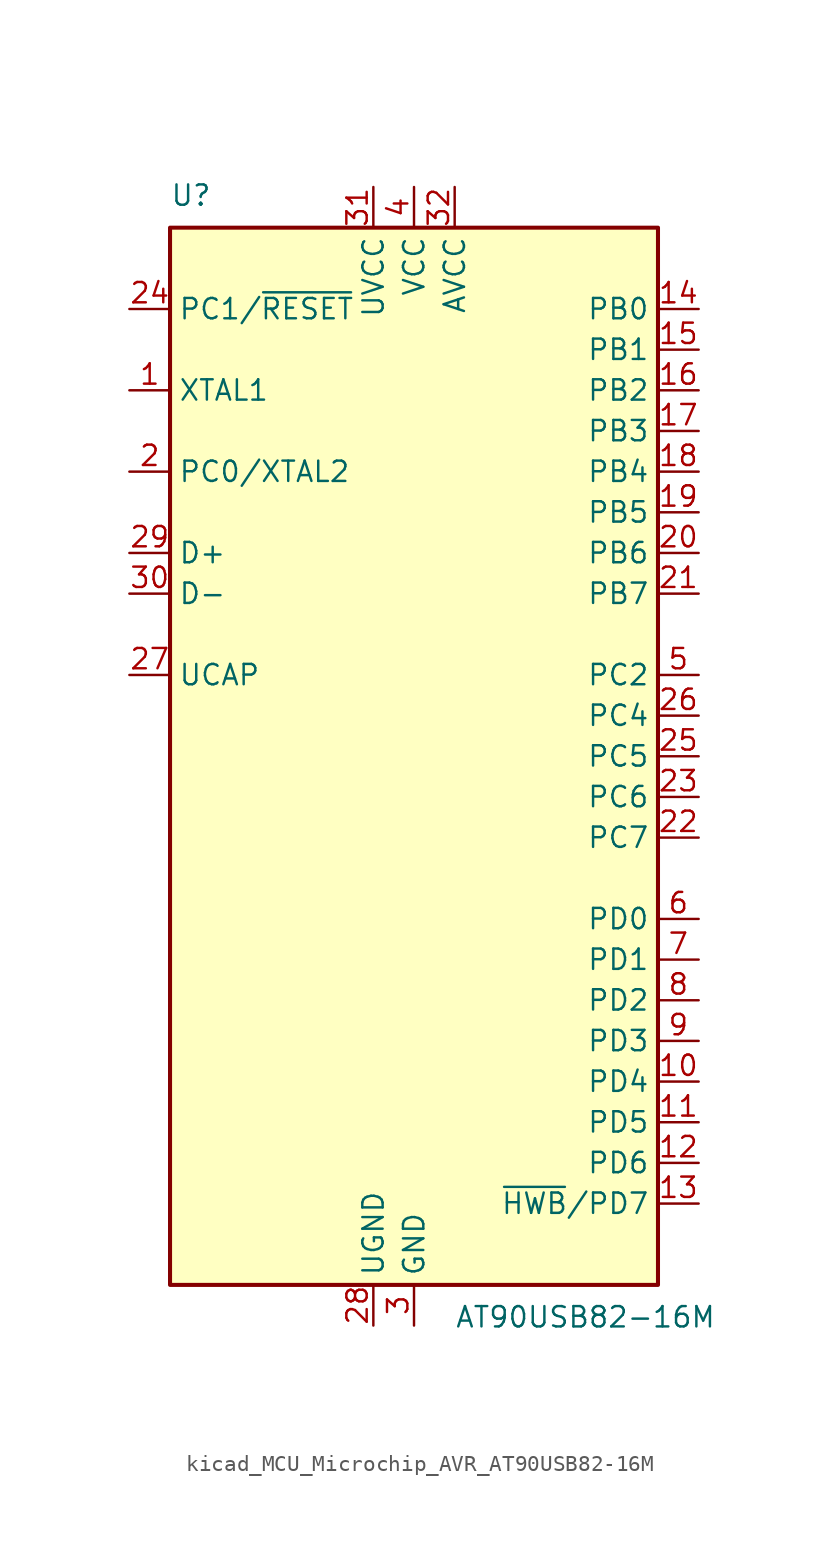
<source format=kicad_sym>
(kicad_symbol_lib
  (version 20220914)
  (generator kicad_symbol_editor)
  (symbol "kicad_MCU_Microchip_AVR_AT90USB82-16M"
    (property "Reference" "U"
      (at -15.24 34.29 0)
      (effects (font (size 1.27 1.27)) (justify left bottom)))
    (property "Value" "AT90USB82-16M"
      (at 2.54 -34.29 0)
      (effects (font (size 1.27 1.27)) (justify left top)))
    (symbol "kicad_MCU_Microchip_AVR_AT90USB82-16M_0_1"
      (rectangle (start -15.24 -33.02) (end 15.24 33.02) (stroke (width 0.254) (type default)) (fill (type background))))
    (symbol "kicad_MCU_Microchip_AVR_AT90USB82-16M_1_1"
      (pin input line (at -17.78 22.86 0) (length 2.54) (name "XTAL1" (effects (font (size 1.27 1.27)))) (number "1" (effects (font (size 1.27 1.27)))))
      (pin bidirectional line (at 17.78 -20.32 180) (length 2.54) (name "PD4" (effects (font (size 1.27 1.27)))) (number "10" (effects (font (size 1.27 1.27)))))
      (pin bidirectional line (at 17.78 -22.86 180) (length 2.54) (name "PD5" (effects (font (size 1.27 1.27)))) (number "11" (effects (font (size 1.27 1.27)))))
      (pin bidirectional line (at 17.78 -25.4 180) (length 2.54) (name "PD6" (effects (font (size 1.27 1.27)))) (number "12" (effects (font (size 1.27 1.27)))))
      (pin bidirectional line (at 17.78 -27.94 180) (length 2.54) (name "~{HWB}/PD7" (effects (font (size 1.27 1.27)))) (number "13" (effects (font (size 1.27 1.27)))))
      (pin bidirectional line (at 17.78 27.94 180) (length 2.54) (name "PB0" (effects (font (size 1.27 1.27)))) (number "14" (effects (font (size 1.27 1.27)))))
      (pin bidirectional line (at 17.78 25.4 180) (length 2.54) (name "PB1" (effects (font (size 1.27 1.27)))) (number "15" (effects (font (size 1.27 1.27)))))
      (pin bidirectional line (at 17.78 22.86 180) (length 2.54) (name "PB2" (effects (font (size 1.27 1.27)))) (number "16" (effects (font (size 1.27 1.27)))))
      (pin bidirectional line (at 17.78 20.32 180) (length 2.54) (name "PB3" (effects (font (size 1.27 1.27)))) (number "17" (effects (font (size 1.27 1.27)))))
      (pin bidirectional line (at 17.78 17.78 180) (length 2.54) (name "PB4" (effects (font (size 1.27 1.27)))) (number "18" (effects (font (size 1.27 1.27)))))
      (pin bidirectional line (at 17.78 15.24 180) (length 2.54) (name "PB5" (effects (font (size 1.27 1.27)))) (number "19" (effects (font (size 1.27 1.27)))))
      (pin bidirectional line (at -17.78 17.78 0) (length 2.54) (name "PC0/XTAL2" (effects (font (size 1.27 1.27)))) (number "2" (effects (font (size 1.27 1.27)))))
      (pin bidirectional line (at 17.78 12.7 180) (length 2.54) (name "PB6" (effects (font (size 1.27 1.27)))) (number "20" (effects (font (size 1.27 1.27)))))
      (pin bidirectional line (at 17.78 10.16 180) (length 2.54) (name "PB7" (effects (font (size 1.27 1.27)))) (number "21" (effects (font (size 1.27 1.27)))))
      (pin bidirectional line (at 17.78 -5.08 180) (length 2.54) (name "PC7" (effects (font (size 1.27 1.27)))) (number "22" (effects (font (size 1.27 1.27)))))
      (pin bidirectional line (at 17.78 -2.54 180) (length 2.54) (name "PC6" (effects (font (size 1.27 1.27)))) (number "23" (effects (font (size 1.27 1.27)))))
      (pin bidirectional line (at -17.78 27.94 0) (length 2.54) (name "PC1/~{RESET}" (effects (font (size 1.27 1.27)))) (number "24" (effects (font (size 1.27 1.27)))))
      (pin bidirectional line (at 17.78 0 180) (length 2.54) (name "PC5" (effects (font (size 1.27 1.27)))) (number "25" (effects (font (size 1.27 1.27)))))
      (pin bidirectional line (at 17.78 2.54 180) (length 2.54) (name "PC4" (effects (font (size 1.27 1.27)))) (number "26" (effects (font (size 1.27 1.27)))))
      (pin passive line (at -17.78 5.08 0) (length 2.54) (name "UCAP" (effects (font (size 1.27 1.27)))) (number "27" (effects (font (size 1.27 1.27)))))
      (pin power_in line (at -2.54 -35.56 90) (length 2.54) (name "UGND" (effects (font (size 1.27 1.27)))) (number "28" (effects (font (size 1.27 1.27)))))
      (pin bidirectional line (at -17.78 12.7 0) (length 2.54) (name "D+" (effects (font (size 1.27 1.27)))) (number "29" (effects (font (size 1.27 1.27)))))
      (pin power_in line (at 0 -35.56 90) (length 2.54) (name "GND" (effects (font (size 1.27 1.27)))) (number "3" (effects (font (size 1.27 1.27)))))
      (pin bidirectional line (at -17.78 10.16 0) (length 2.54) (name "D-" (effects (font (size 1.27 1.27)))) (number "30" (effects (font (size 1.27 1.27)))))
      (pin power_in line (at -2.54 35.56 270) (length 2.54) (name "UVCC" (effects (font (size 1.27 1.27)))) (number "31" (effects (font (size 1.27 1.27)))))
      (pin power_in line (at 2.54 35.56 270) (length 2.54) (name "AVCC" (effects (font (size 1.27 1.27)))) (number "32" (effects (font (size 1.27 1.27)))))
      (pin passive line (at 0 -35.56 90) (length 2.54) hide (name "GND" (effects (font (size 1.27 1.27)))) (number "33" (effects (font (size 1.27 1.27)))))
      (pin power_in line (at 0 35.56 270) (length 2.54) (name "VCC" (effects (font (size 1.27 1.27)))) (number "4" (effects (font (size 1.27 1.27)))))
      (pin bidirectional line (at 17.78 5.08 180) (length 2.54) (name "PC2" (effects (font (size 1.27 1.27)))) (number "5" (effects (font (size 1.27 1.27)))))
      (pin bidirectional line (at 17.78 -10.16 180) (length 2.54) (name "PD0" (effects (font (size 1.27 1.27)))) (number "6" (effects (font (size 1.27 1.27)))))
      (pin bidirectional line (at 17.78 -12.7 180) (length 2.54) (name "PD1" (effects (font (size 1.27 1.27)))) (number "7" (effects (font (size 1.27 1.27)))))
      (pin bidirectional line (at 17.78 -15.24 180) (length 2.54) (name "PD2" (effects (font (size 1.27 1.27)))) (number "8" (effects (font (size 1.27 1.27)))))
      (pin bidirectional line (at 17.78 -17.78 180) (length 2.54) (name "PD3" (effects (font (size 1.27 1.27)))) (number "9" (effects (font (size 1.27 1.27))))))))
</source>
